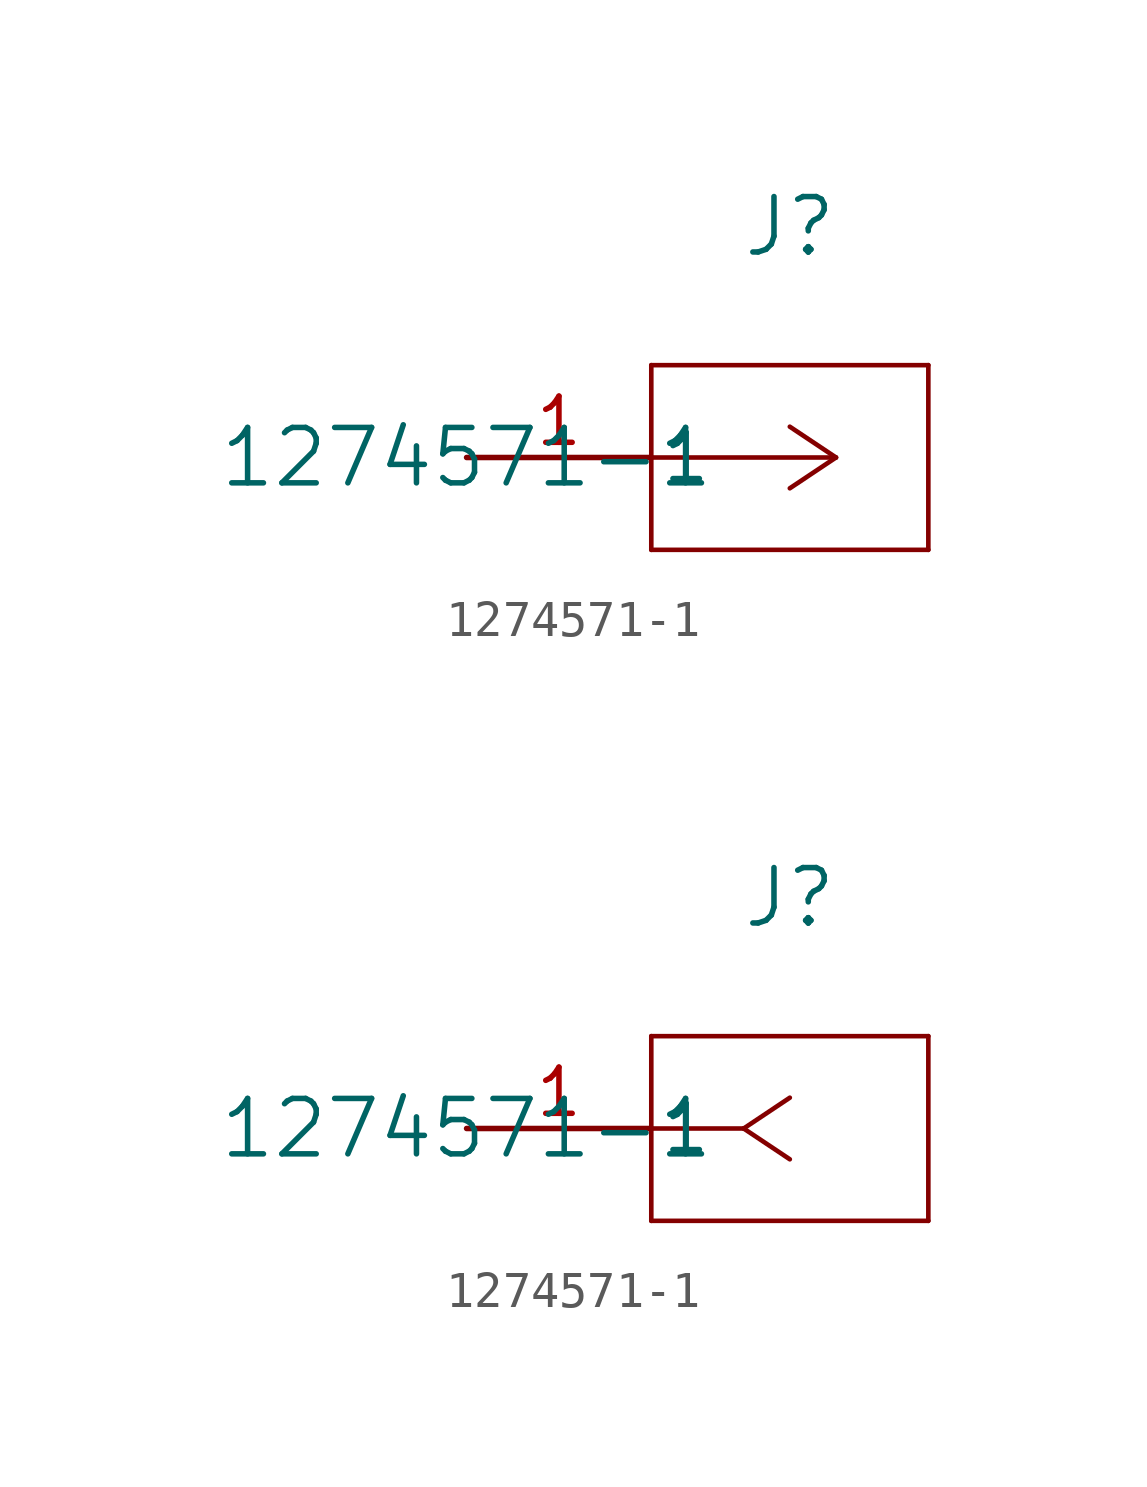
<source format=kicad_sym>
(kicad_symbol_lib
  (version 20211014)
  (generator kicad_symbol_editor)
  (symbol "1274571-1"
    (pin_names
      (offset 0.254))
    (property "Reference" "J"
      (at 8.89 6.35 0)
      (effects (font (size 1.524 1.524))))
    (property "Value" "1274571-1"
      (at 0 0 0)
      (effects (font (size 1.524 1.524))))
    (symbol "1274571-1_1_1"
      (polyline (pts (xy 10.16 0) (xy 5.08 0)) (stroke (width 0.127) (type default) (color 0 0 0 0)) (fill (type none)))
      (polyline (pts (xy 10.16 0) (xy 8.89 0.847)) (stroke (width 0.127) (type default) (color 0 0 0 0)) (fill (type none)))
      (polyline (pts (xy 10.16 0) (xy 8.89 -0.847)) (stroke (width 0.127) (type default) (color 0 0 0 0)) (fill (type none)))
      (polyline (pts (xy 5.08 2.54) (xy 5.08 -2.54)) (stroke (width 0.127) (type default) (color 0 0 0 0)) (fill (type none)))
      (polyline (pts (xy 5.08 -2.54) (xy 12.7 -2.54)) (stroke (width 0.127) (type default) (color 0 0 0 0)) (fill (type none)))
      (polyline (pts (xy 12.7 -2.54) (xy 12.7 2.54)) (stroke (width 0.127) (type default) (color 0 0 0 0)) (fill (type none)))
      (polyline (pts (xy 12.7 2.54) (xy 5.08 2.54)) (stroke (width 0.127) (type default) (color 0 0 0 0)) (fill (type none)))
      (pin unspecified line (at 0 0 0) (length 5.08) (name "1" (effects (font (size 1.27 1.27)))) (number "1" (effects (font (size 1.27 1.27))))))
    (symbol "1274571-1_1_2"
      (polyline (pts (xy 7.62 0) (xy 5.08 0)) (stroke (width 0.127) (type default) (color 0 0 0 0)) (fill (type none)))
      (polyline (pts (xy 7.62 0) (xy 8.89 0.847)) (stroke (width 0.127) (type default) (color 0 0 0 0)) (fill (type none)))
      (polyline (pts (xy 7.62 0) (xy 8.89 -0.847)) (stroke (width 0.127) (type default) (color 0 0 0 0)) (fill (type none)))
      (polyline (pts (xy 5.08 2.54) (xy 5.08 -2.54)) (stroke (width 0.127) (type default) (color 0 0 0 0)) (fill (type none)))
      (polyline (pts (xy 5.08 -2.54) (xy 12.7 -2.54)) (stroke (width 0.127) (type default) (color 0 0 0 0)) (fill (type none)))
      (polyline (pts (xy 12.7 -2.54) (xy 12.7 2.54)) (stroke (width 0.127) (type default) (color 0 0 0 0)) (fill (type none)))
      (polyline (pts (xy 12.7 2.54) (xy 5.08 2.54)) (stroke (width 0.127) (type default) (color 0 0 0 0)) (fill (type none)))
      (pin unspecified line (at 0 0 0) (length 5.08) (name "1" (effects (font (size 1.27 1.27)))) (number "1" (effects (font (size 1.27 1.27))))))))
</source>
